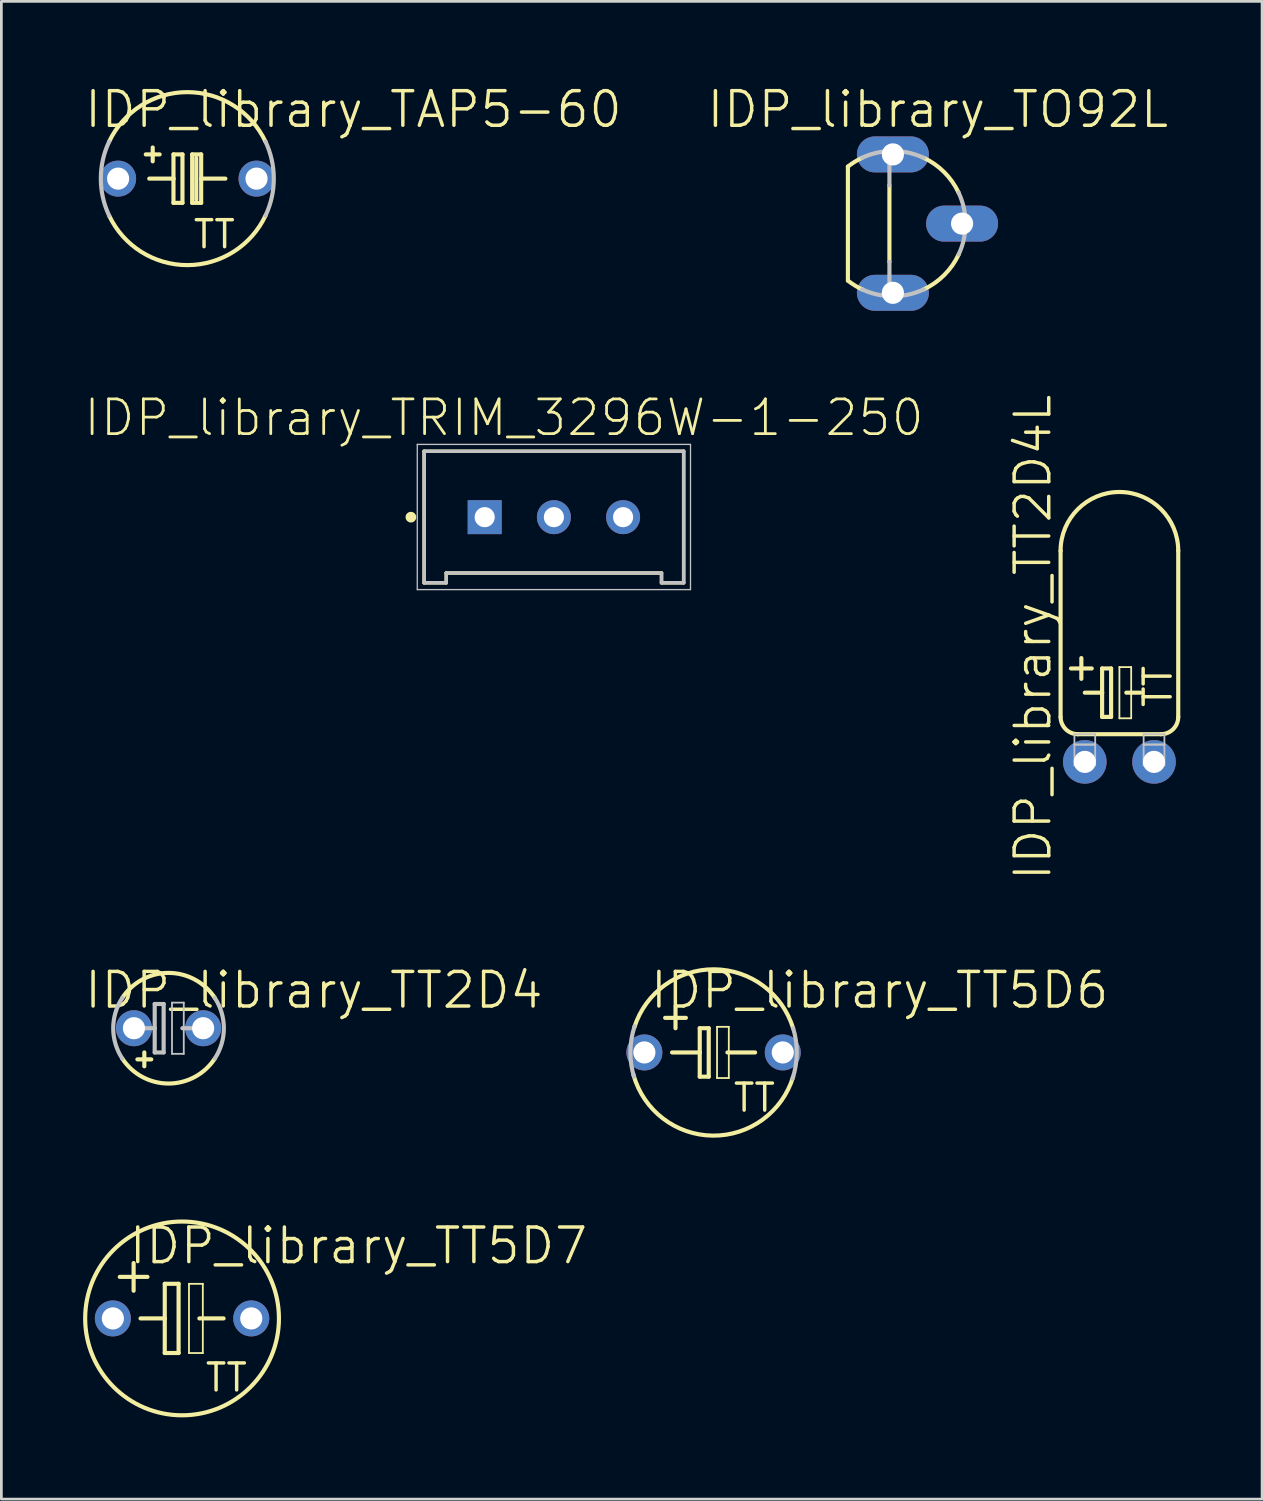
<source format=kicad_pcb>
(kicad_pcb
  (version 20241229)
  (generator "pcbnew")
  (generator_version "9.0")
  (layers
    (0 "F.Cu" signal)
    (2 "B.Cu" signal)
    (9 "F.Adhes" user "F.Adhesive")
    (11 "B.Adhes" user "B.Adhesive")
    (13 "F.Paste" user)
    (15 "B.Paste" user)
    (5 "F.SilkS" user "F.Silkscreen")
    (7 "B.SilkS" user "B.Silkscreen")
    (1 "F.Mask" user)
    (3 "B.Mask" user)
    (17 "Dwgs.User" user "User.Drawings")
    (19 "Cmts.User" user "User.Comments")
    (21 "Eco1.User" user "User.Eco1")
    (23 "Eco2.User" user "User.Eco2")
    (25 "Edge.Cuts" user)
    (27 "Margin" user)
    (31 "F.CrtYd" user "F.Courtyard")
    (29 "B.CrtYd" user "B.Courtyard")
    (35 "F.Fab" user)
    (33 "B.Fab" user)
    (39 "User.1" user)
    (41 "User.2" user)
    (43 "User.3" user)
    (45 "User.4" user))
  (footprint "IDP_library_TO92L"
    (layer "F.Cu")
    (at 29.721 5.157)
    (property "Reference" "IDP_library_TO92L" (at 1.651 -4.191 0) (layer "F.SilkS") (effects (font (size 1.27 1.27) (thickness 0.127))))
    (attr exclude_from_pos_files exclude_from_bom)
    (fp_line (start -1.651 -2.093) (end -1.651 2.093) (stroke (width 0.152) (type solid)) (layer "F.SilkS"))
    (fp_line (start -0.127 1.402) (end -0.127 -1.402) (stroke (width 0.152) (type solid)) (layer "F.SilkS"))
    (fp_arc (start -1.651 -2.09296) (mid -1.403457 -2.266405) (end -1.137871 -2.410712) (stroke (width 0.1524) (type solid)) (layer "F.SilkS"))
    (fp_arc (start -1.10998 2.42316) (mid -1.389084 2.274688) (end -1.648644 2.094214) (stroke (width 0.1524) (type solid)) (layer "F.SilkS"))
    (fp_arc (start 1.13538 -2.413) (mid 1.883985 -1.887394) (end 2.410944 -1.13974) (stroke (width 0.1524) (type solid)) (layer "F.SilkS"))
    (fp_arc (start 2.413 1.13538) (mid 1.887394 1.883985) (end 1.13974 2.410944) (stroke (width 0.1524) (type solid)) (layer "F.SilkS"))
    (fp_line (start -0.127 -1.402) (end -0.127 -2.662) (stroke (width 0.152) (type solid)) (layer "Dwgs.User"))
    (fp_line (start -0.127 2.662) (end -0.127 1.402) (stroke (width 0.152) (type solid)) (layer "Dwgs.User"))
    (fp_arc (start -1.13538 -2.413) (mid -0.645069 -2.587575) (end -0.130188 -2.663589) (stroke (width 0.1524) (type solid)) (layer "Dwgs.User"))
    (fp_arc (start -0.127 -2.66192) (mid 0.518468 -2.614027) (end 1.133353 -2.41194) (stroke (width 0.1524) (type solid)) (layer "Dwgs.User"))
    (fp_arc (start -0.127 2.66192) (mid -0.641617 2.586556) (end -1.131796 2.412672) (stroke (width 0.1524) (type solid)) (layer "Dwgs.User"))
    (fp_arc (start 1.13538 2.413) (mid 0.520179 2.615544) (end -0.125705 2.663805) (stroke (width 0.1524) (type solid)) (layer "Dwgs.User"))
    (fp_arc (start 2.413 -1.13538) (mid 2.666769 0.000083) (end 2.412929 1.13553) (stroke (width 0.1524) (type solid)) (layer "Dwgs.User"))
    (pad "1" thru_hole oval (at 0 2.54 90) (size 1.321 2.642) (drill 0.813) (layers "*.Cu" "*.Paste" "*.Mask"))
    (pad "2" thru_hole oval (at 2.54 0 90) (size 1.321 2.642) (drill 0.813) (layers "*.Cu" "*.Paste" "*.Mask"))
    (pad "3" thru_hole oval (at 0 -2.54 90) (size 1.321 2.642) (drill 0.813) (layers "*.Cu" "*.Paste" "*.Mask")))
  (footprint "IDP_library_TT5D6"
    (layer "F.Cu")
    (at 23.14 35.577)
    (property "Reference" "IDP_library_TT5D6" (at 6.096 -2.286 0) (layer "F.SilkS") (effects (font (size 1.27 1.27) (thickness 0.127))))
    (attr exclude_from_pos_files exclude_from_bom)
    (fp_line (start -1.778 -1.27) (end -1.016 -1.27) (stroke (width 0.152) (type solid)) (layer "F.SilkS"))
    (fp_line (start -1.524 0) (end -0.508 0) (stroke (width 0.152) (type solid)) (layer "F.SilkS"))
    (fp_line (start -1.397 -1.651) (end -1.397 -0.889) (stroke (width 0.152) (type solid)) (layer "F.SilkS"))
    (fp_line (start -0.508 -0.889) (end -0.508 0) (stroke (width 0.152) (type solid)) (layer "F.SilkS"))
    (fp_line (start -0.508 0) (end -0.508 0.889) (stroke (width 0.152) (type solid)) (layer "F.SilkS"))
    (fp_line (start -0.508 0.889) (end -0.178 0.889) (stroke (width 0.152) (type solid)) (layer "F.SilkS"))
    (fp_line (start -0.178 -0.889) (end -0.508 -0.889) (stroke (width 0.152) (type solid)) (layer "F.SilkS"))
    (fp_line (start -0.178 0.889) (end -0.178 -0.889) (stroke (width 0.152) (type solid)) (layer "F.SilkS"))
    (fp_line (start 0.127 -0.94) (end 0.559 -0.94) (stroke (width 0.066) (type solid)) (layer "F.SilkS"))
    (fp_line (start 0.127 0.94) (end 0.127 -0.94) (stroke (width 0.066) (type solid)) (layer "F.SilkS"))
    (fp_line (start 0.127 0.94) (end 0.559 0.94) (stroke (width 0.066) (type solid)) (layer "F.SilkS"))
    (fp_line (start 0.508 0) (end 1.524 0) (stroke (width 0.152) (type solid)) (layer "F.SilkS"))
    (fp_line (start 0.559 0.94) (end 0.559 -0.94) (stroke (width 0.066) (type solid)) (layer "F.SilkS"))
    (fp_arc (start -2.90576 -0.92964) (mid 0.020821 -3.050777) (end 2.918178 -0.889892) (stroke (width 0.1524) (type solid)) (layer "F.SilkS"))
    (fp_arc (start 2.921 0.889) (mid -0.03344 3.053104) (end -2.939771 0.824809) (stroke (width 0.1524) (type solid)) (layer "F.SilkS"))
    (fp_arc (start -2.921 0.889) (mid -3.053044 -0.0385) (end -2.897653 -0.962376) (stroke (width 0.1524) (type solid)) (layer "Dwgs.User"))
    (fp_arc (start 2.921 -0.889) (mid 3.053044 0.0385) (end 2.897653 0.962376) (stroke (width 0.1524) (type solid)) (layer "Dwgs.User"))
    (fp_text user "TT" (at 1.499 1.664 0) (layer "F.SilkS") (effects (font (size 0.991 0.991) (thickness 0.127))))
    (pad "+" thru_hole circle (at -2.54 0) (size 1.321 1.321) (drill 0.813) (layers "*.Cu" "*.Paste" "*.Mask"))
    (pad "-" thru_hole circle (at 2.54 0) (size 1.321 1.321) (drill 0.813) (layers "*.Cu" "*.Paste" "*.Mask")))
  (footprint "IDP_library_TT2D4L"
    (layer "F.Cu")
    (at 36.765 24.913)
    (property "Reference" "IDP_library_TT2D4L" (at -1.905 -4.572 90) (layer "F.SilkS") (effects (font (size 1.27 1.27) (thickness 0.127))))
    (attr exclude_from_pos_files exclude_from_bom)
    (fp_line (start -0.889 -7.747) (end -0.889 -1.651) (stroke (width 0.152) (type solid)) (layer "F.SilkS"))
    (fp_line (start -0.508 -3.429) (end 0.254 -3.429) (stroke (width 0.152) (type solid)) (layer "F.SilkS"))
    (fp_line (start -0.254 -1.016) (end 2.794 -1.016) (stroke (width 0.152) (type solid)) (layer "F.SilkS"))
    (fp_line (start -0.127 -3.81) (end -0.127 -3.048) (stroke (width 0.152) (type solid)) (layer "F.SilkS"))
    (fp_line (start 0 -2.54) (end 0.635 -2.54) (stroke (width 0.152) (type solid)) (layer "F.SilkS"))
    (fp_line (start 0.635 -3.429) (end 0.635 -2.54) (stroke (width 0.152) (type solid)) (layer "F.SilkS"))
    (fp_line (start 0.635 -2.54) (end 0.635 -1.651) (stroke (width 0.152) (type solid)) (layer "F.SilkS"))
    (fp_line (start 0.635 -1.651) (end 0.965 -1.651) (stroke (width 0.152) (type solid)) (layer "F.SilkS"))
    (fp_line (start 0.965 -3.429) (end 0.635 -3.429) (stroke (width 0.152) (type solid)) (layer "F.SilkS"))
    (fp_line (start 0.965 -1.651) (end 0.965 -3.429) (stroke (width 0.152) (type solid)) (layer "F.SilkS"))
    (fp_line (start 1.27 -3.48) (end 1.702 -3.48) (stroke (width 0.066) (type solid)) (layer "F.SilkS"))
    (fp_line (start 1.27 -1.6) (end 1.27 -3.48) (stroke (width 0.066) (type solid)) (layer "F.SilkS"))
    (fp_line (start 1.27 -1.6) (end 1.702 -1.6) (stroke (width 0.066) (type solid)) (layer "F.SilkS"))
    (fp_line (start 1.524 -2.54) (end 2.032 -2.54) (stroke (width 0.152) (type solid)) (layer "F.SilkS"))
    (fp_line (start 1.702 -1.6) (end 1.702 -3.48) (stroke (width 0.066) (type solid)) (layer "F.SilkS"))
    (fp_line (start 3.429 -7.747) (end 3.429 -1.651) (stroke (width 0.152) (type solid)) (layer "F.SilkS"))
    (fp_arc (start -0.889 -7.747) (mid 1.27 -9.906) (end 3.429 -7.747) (stroke (width 0.1524) (type solid)) (layer "F.SilkS"))
    (fp_arc (start -0.254 -1.016) (mid -0.703013 -1.201987) (end -0.889 -1.651) (stroke (width 0.1524) (type solid)) (layer "F.SilkS"))
    (fp_arc (start 3.429 -1.651) (mid 3.243013 -1.201987) (end 2.794 -1.016) (stroke (width 0.1524) (type solid)) (layer "F.SilkS"))
    (fp_line (start -0.381 -1.016) (end 0.381 -1.016) (stroke (width 0.066) (type solid)) (layer "Dwgs.User"))
    (fp_line (start -0.381 -0.635) (end -0.381 -1.016) (stroke (width 0.066) (type solid)) (layer "Dwgs.User"))
    (fp_line (start -0.381 -0.635) (end 0.381 -0.635) (stroke (width 0.066) (type solid)) (layer "Dwgs.User"))
    (fp_line (start -0.381 -0.635) (end 0.381 -0.635) (stroke (width 0.066) (type solid)) (layer "Dwgs.User"))
    (fp_line (start -0.381 0.127) (end -0.381 -0.635) (stroke (width 0.066) (type solid)) (layer "Dwgs.User"))
    (fp_line (start -0.381 0.127) (end 0.381 0.127) (stroke (width 0.066) (type solid)) (layer "Dwgs.User"))
    (fp_line (start 0.381 -0.635) (end 0.381 -1.016) (stroke (width 0.066) (type solid)) (layer "Dwgs.User"))
    (fp_line (start 0.381 0.127) (end 0.381 -0.635) (stroke (width 0.066) (type solid)) (layer "Dwgs.User"))
    (fp_line (start 2.159 -1.016) (end 2.921 -1.016) (stroke (width 0.066) (type solid)) (layer "Dwgs.User"))
    (fp_line (start 2.159 -0.635) (end 2.159 -1.016) (stroke (width 0.066) (type solid)) (layer "Dwgs.User"))
    (fp_line (start 2.159 -0.635) (end 2.921 -0.635) (stroke (width 0.066) (type solid)) (layer "Dwgs.User"))
    (fp_line (start 2.159 -0.635) (end 2.921 -0.635) (stroke (width 0.066) (type solid)) (layer "Dwgs.User"))
    (fp_line (start 2.159 0.127) (end 2.159 -0.635) (stroke (width 0.066) (type solid)) (layer "Dwgs.User"))
    (fp_line (start 2.159 0.127) (end 2.921 0.127) (stroke (width 0.066) (type solid)) (layer "Dwgs.User"))
    (fp_line (start 2.921 -0.635) (end 2.921 -1.016) (stroke (width 0.066) (type solid)) (layer "Dwgs.User"))
    (fp_line (start 2.921 0.127) (end 2.921 -0.635) (stroke (width 0.066) (type solid)) (layer "Dwgs.User"))
    (fp_text user "TT" (at 2.68 -2.769 90) (layer "F.SilkS") (effects (font (size 0.991 0.991) (thickness 0.127))))
    (pad "+" thru_hole circle (at 0 0) (size 1.6 1.6) (drill 0.813) (layers "*.Cu" "*.Paste" "*.Mask"))
    (pad "-" thru_hole circle (at 2.54 0) (size 1.6 1.6) (drill 0.813) (layers "*.Cu" "*.Paste" "*.Mask")))
  (footprint "IDP_library_TT2D4"
    (layer "F.Cu")
    (at 1.866 34.688)
    (property "Reference" "IDP_library_TT2D4" (at 6.604 -1.397 0) (layer "F.SilkS") (effects (font (size 1.27 1.27) (thickness 0.127))))
    (attr exclude_from_pos_files exclude_from_bom)
    (fp_line (start 0.381 1.397) (end 0.381 0.889) (stroke (width 0.152) (type solid)) (layer "F.SilkS"))
    (fp_line (start 0.635 1.143) (end 0.127 1.143) (stroke (width 0.152) (type solid)) (layer "F.SilkS"))
    (fp_arc (start -0.42672 -1.11506) (mid 1.270437 -2.030324) (end 2.9672 -1.114329) (stroke (width 0.1524) (type solid)) (layer "F.SilkS"))
    (fp_arc (start 2.96672 1.11506) (mid 1.269563 2.030324) (end -0.4272 1.114329) (stroke (width 0.1524) (type solid)) (layer "F.SilkS"))
    (fp_line (start 0.254 0) (end 0.762 0) (stroke (width 0.152) (type solid)) (layer "Dwgs.User"))
    (fp_line (start 0.762 -0.889) (end 0.762 0) (stroke (width 0.152) (type solid)) (layer "Dwgs.User"))
    (fp_line (start 0.762 0) (end 0.762 0.889) (stroke (width 0.152) (type solid)) (layer "Dwgs.User"))
    (fp_line (start 0.762 0.889) (end 1.09 0.889) (stroke (width 0.152) (type solid)) (layer "Dwgs.User"))
    (fp_line (start 1.09 -0.889) (end 0.762 -0.889) (stroke (width 0.152) (type solid)) (layer "Dwgs.User"))
    (fp_line (start 1.09 0.889) (end 1.09 -0.889) (stroke (width 0.152) (type solid)) (layer "Dwgs.User"))
    (fp_line (start 1.397 -0.94) (end 1.829 -0.94) (stroke (width 0.066) (type solid)) (layer "Dwgs.User"))
    (fp_line (start 1.397 0.94) (end 1.397 -0.94) (stroke (width 0.066) (type solid)) (layer "Dwgs.User"))
    (fp_line (start 1.397 0.94) (end 1.829 0.94) (stroke (width 0.066) (type solid)) (layer "Dwgs.User"))
    (fp_line (start 1.778 0) (end 2.286 0) (stroke (width 0.152) (type solid)) (layer "Dwgs.User"))
    (fp_line (start 1.829 0.94) (end 1.829 -0.94) (stroke (width 0.066) (type solid)) (layer "Dwgs.User"))
    (fp_arc (start -0.42672 1.11506) (mid -0.760323 0.002209) (end -0.429143 -1.111365) (stroke (width 0.1524) (type solid)) (layer "Dwgs.User"))
    (fp_arc (start 2.96672 -1.11506) (mid 3.300323 -0.002209) (end 2.969143 1.111365) (stroke (width 0.1524) (type solid)) (layer "Dwgs.User"))
    (pad "+" thru_hole circle (at 0 0) (size 1.321 1.321) (drill 0.813) (layers "*.Cu" "*.Paste" "*.Mask"))
    (pad "-" thru_hole circle (at 2.54 0) (size 1.321 1.321) (drill 0.813) (layers "*.Cu" "*.Paste" "*.Mask")))
  (footprint "IDP_library_TT5D7"
    (layer "F.Cu")
    (at 3.632 45.339)
    (property "Reference" "IDP_library_TT5D7" (at 6.477 -2.667 0) (layer "F.SilkS") (effects (font (size 1.27 1.27) (thickness 0.127))))
    (attr exclude_from_pos_files exclude_from_bom)
    (fp_line (start -2.286 -1.524) (end -1.27 -1.524) (stroke (width 0.152) (type solid)) (layer "F.SilkS"))
    (fp_line (start -1.778 -1.016) (end -1.778 -2.032) (stroke (width 0.152) (type solid)) (layer "F.SilkS"))
    (fp_line (start -1.524 0) (end -0.635 0) (stroke (width 0.152) (type solid)) (layer "F.SilkS"))
    (fp_line (start -0.635 -1.27) (end -0.635 0) (stroke (width 0.152) (type solid)) (layer "F.SilkS"))
    (fp_line (start -0.635 0) (end -0.635 1.27) (stroke (width 0.152) (type solid)) (layer "F.SilkS"))
    (fp_line (start -0.635 1.27) (end -0.127 1.27) (stroke (width 0.152) (type solid)) (layer "F.SilkS"))
    (fp_line (start -0.127 -1.27) (end -0.635 -1.27) (stroke (width 0.152) (type solid)) (layer "F.SilkS"))
    (fp_line (start -0.127 1.27) (end -0.127 -1.27) (stroke (width 0.152) (type solid)) (layer "F.SilkS"))
    (fp_line (start 0.254 -1.27) (end 0.762 -1.27) (stroke (width 0.066) (type solid)) (layer "F.SilkS"))
    (fp_line (start 0.254 1.27) (end 0.254 -1.27) (stroke (width 0.066) (type solid)) (layer "F.SilkS"))
    (fp_line (start 0.254 1.27) (end 0.762 1.27) (stroke (width 0.066) (type solid)) (layer "F.SilkS"))
    (fp_line (start 0.635 0) (end 1.524 0) (stroke (width 0.152) (type solid)) (layer "F.SilkS"))
    (fp_line (start 0.762 1.27) (end 0.762 -1.27) (stroke (width 0.066) (type solid)) (layer "F.SilkS"))
    (fp_circle (center 0 0) (end 0 -3.556) (stroke (width 0.152) (type solid)) (fill no) (layer "F.SilkS"))
    (fp_text user "TT" (at 1.626 2.172 0) (layer "F.SilkS") (effects (font (size 0.991 0.991) (thickness 0.127))))
    (pad "+" thru_hole circle (at -2.54 0) (size 1.321 1.321) (drill 0.813) (layers "*.Cu" "*.Paste" "*.Mask"))
    (pad "-" thru_hole circle (at 2.54 0) (size 1.321 1.321) (drill 0.813) (layers "*.Cu" "*.Paste" "*.Mask")))
  (footprint "IDP_library_TAP5-60"
    (layer "F.Cu")
    (at 3.825 3.506)
    (property "Reference" "IDP_library_TAP5-60" (at 6.096 -2.54 0) (layer "F.SilkS") (effects (font (size 1.27 1.27) (thickness 0.127))))
    (attr exclude_from_pos_files exclude_from_bom)
    (fp_line (start -1.397 0) (end -0.508 0) (stroke (width 0.152) (type solid)) (layer "F.SilkS"))
    (fp_line (start -1.27 -0.635) (end -1.27 -1.143) (stroke (width 0.152) (type solid)) (layer "F.SilkS"))
    (fp_line (start -1.016 -0.889) (end -1.524 -0.889) (stroke (width 0.152) (type solid)) (layer "F.SilkS"))
    (fp_line (start -0.508 -0.889) (end -0.508 0) (stroke (width 0.152) (type solid)) (layer "F.SilkS"))
    (fp_line (start -0.508 0) (end -0.508 0.889) (stroke (width 0.152) (type solid)) (layer "F.SilkS"))
    (fp_line (start -0.508 0.889) (end -0.178 0.889) (stroke (width 0.152) (type solid)) (layer "F.SilkS"))
    (fp_line (start -0.178 -0.889) (end -0.508 -0.889) (stroke (width 0.152) (type solid)) (layer "F.SilkS"))
    (fp_line (start -0.178 0.889) (end -0.178 -0.889) (stroke (width 0.152) (type solid)) (layer "F.SilkS"))
    (fp_line (start 0.178 -0.889) (end 0.178 0.889) (stroke (width 0.152) (type solid)) (layer "F.SilkS"))
    (fp_line (start 0.178 0.889) (end 0.508 0.889) (stroke (width 0.152) (type solid)) (layer "F.SilkS"))
    (fp_line (start 0.33 0.762) (end 0.33 -0.762) (stroke (width 0.152) (type solid)) (layer "F.SilkS"))
    (fp_line (start 0.508 -0.889) (end 0.178 -0.889) (stroke (width 0.152) (type solid)) (layer "F.SilkS"))
    (fp_line (start 0.508 0) (end 0.508 -0.889) (stroke (width 0.152) (type solid)) (layer "F.SilkS"))
    (fp_line (start 0.508 0) (end 1.397 0) (stroke (width 0.152) (type solid)) (layer "F.SilkS"))
    (fp_line (start 0.508 0.889) (end 0.508 0) (stroke (width 0.152) (type solid)) (layer "F.SilkS"))
    (fp_arc (start -2.8702 -1.35636) (mid -0.003112 -3.174547) (end 2.867536 -1.361984) (stroke (width 0.1524) (type solid)) (layer "F.SilkS"))
    (fp_arc (start 2.8702 1.35636) (mid 0.003112 3.174547) (end -2.867536 1.361984) (stroke (width 0.1524) (type solid)) (layer "F.SilkS"))
    (fp_arc (start -2.8702 1.35636) (mid -3.174549 -0.000341) (end -2.869908 -1.356977) (stroke (width 0.1524) (type solid)) (layer "Dwgs.User"))
    (fp_arc (start 2.8702 -1.35636) (mid 3.174549 0.000341) (end 2.869908 1.356977) (stroke (width 0.1524) (type solid)) (layer "Dwgs.User"))
    (fp_text user "TT" (at 0.991 2.045 0) (layer "F.SilkS") (effects (font (size 0.991 0.991) (thickness 0.127))))
    (pad "+" thru_hole circle (at -2.54 0) (size 1.321 1.321) (drill 0.813) (layers "*.Cu" "*.Paste" "*.Mask"))
    (pad "-" thru_hole circle (at 2.54 0) (size 1.321 1.321) (drill 0.813) (layers "*.Cu" "*.Paste" "*.Mask")))
  (footprint "IDP_library_TRIM_3296W-1-250"
    (layer "F.Cu")
    (at 17.279 15.931)
    (property "Reference" "IDP_library_TRIM_3296W-1-250" (at -1.831 -3.65 0) (layer "F.SilkS") (effects (font (size 1.275 1.275) (thickness 0.102))))
    (attr exclude_from_pos_files exclude_from_bom)
    (fp_line (start -4.763 -2.418) (end 4.763 -2.418) (stroke (width 0.127) (type solid)) (layer "F.SilkS"))
    (fp_line (start -4.763 2.408) (end -4.763 -2.418) (stroke (width 0.127) (type solid)) (layer "F.SilkS"))
    (fp_line (start -3.95 2.05) (end -3.95 2.408) (stroke (width 0.127) (type solid)) (layer "F.SilkS"))
    (fp_line (start -3.95 2.408) (end -4.763 2.408) (stroke (width 0.127) (type solid)) (layer "F.SilkS"))
    (fp_line (start 3.95 2.05) (end -3.95 2.05) (stroke (width 0.127) (type solid)) (layer "F.SilkS"))
    (fp_line (start 3.95 2.408) (end 3.95 2.05) (stroke (width 0.127) (type solid)) (layer "F.SilkS"))
    (fp_line (start 4.763 -2.418) (end 4.763 2.408) (stroke (width 0.127) (type solid)) (layer "F.SilkS"))
    (fp_line (start 4.763 2.408) (end 3.95 2.408) (stroke (width 0.127) (type solid)) (layer "F.SilkS"))
    (fp_circle (center -5.248 0) (end -5.248 -0.099) (stroke (width 0.198) (type solid)) (fill no) (layer "F.SilkS"))
    (fp_line (start -5.014 -2.67) (end 5.014 -2.67) (stroke (width 0.048) (type solid)) (layer "Dwgs.User"))
    (fp_line (start -5.014 2.659) (end -5.014 -2.67) (stroke (width 0.048) (type solid)) (layer "Dwgs.User"))
    (fp_line (start -4.763 -2.418) (end 4.763 -2.418) (stroke (width 0.127) (type solid)) (layer "Dwgs.User"))
    (fp_line (start -4.763 2.408) (end -4.763 -2.418) (stroke (width 0.127) (type solid)) (layer "Dwgs.User"))
    (fp_line (start -3.95 2.05) (end -3.95 2.408) (stroke (width 0.127) (type solid)) (layer "Dwgs.User"))
    (fp_line (start -3.95 2.408) (end -4.763 2.408) (stroke (width 0.127) (type solid)) (layer "Dwgs.User"))
    (fp_line (start 3.95 2.05) (end -3.95 2.05) (stroke (width 0.127) (type solid)) (layer "Dwgs.User"))
    (fp_line (start 3.95 2.408) (end 3.95 2.05) (stroke (width 0.127) (type solid)) (layer "Dwgs.User"))
    (fp_line (start 4.763 -2.418) (end 4.763 2.408) (stroke (width 0.127) (type solid)) (layer "Dwgs.User"))
    (fp_line (start 4.763 2.408) (end 3.95 2.408) (stroke (width 0.127) (type solid)) (layer "Dwgs.User"))
    (fp_line (start 5.014 -2.67) (end 5.014 2.659) (stroke (width 0.048) (type solid)) (layer "Dwgs.User"))
    (fp_line (start 5.014 2.659) (end -5.014 2.659) (stroke (width 0.048) (type solid)) (layer "Dwgs.User"))
    (pad "1" thru_hole rect (at -2.54 0) (size 1.247 1.247) (drill 0.739) (layers "*.Cu" "*.Paste" "*.Mask"))
    (pad "2" thru_hole circle (at 0 0) (size 1.247 1.247) (drill 0.739) (layers "*.Cu" "*.Paste" "*.Mask"))
    (pad "3" thru_hole circle (at 2.54 0) (size 1.247 1.247) (drill 0.739) (layers "*.Cu" "*.Paste" "*.Mask")))
  (gr_rect
    (start -3 -3)
    (end 43.271 51.971)
    (stroke (width 0.1) (type default))
    (fill no)
    (layer "Edge.Cuts")))
</source>
